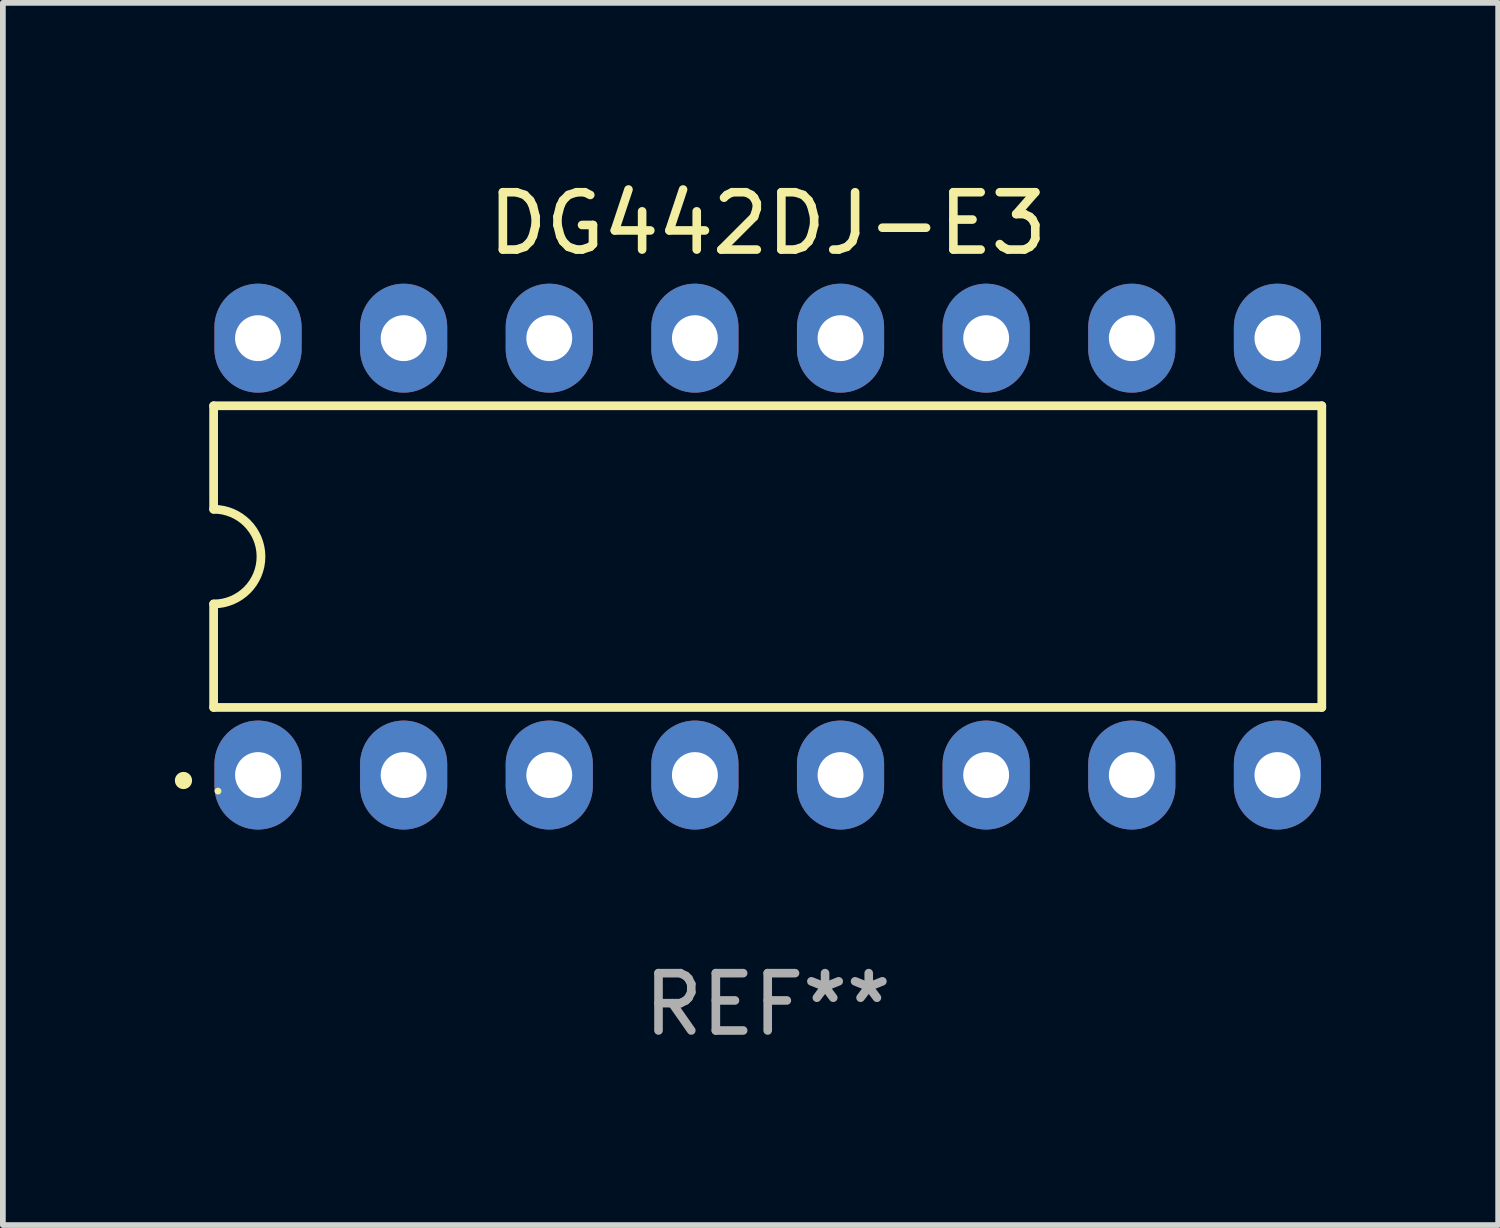
<source format=kicad_pcb>
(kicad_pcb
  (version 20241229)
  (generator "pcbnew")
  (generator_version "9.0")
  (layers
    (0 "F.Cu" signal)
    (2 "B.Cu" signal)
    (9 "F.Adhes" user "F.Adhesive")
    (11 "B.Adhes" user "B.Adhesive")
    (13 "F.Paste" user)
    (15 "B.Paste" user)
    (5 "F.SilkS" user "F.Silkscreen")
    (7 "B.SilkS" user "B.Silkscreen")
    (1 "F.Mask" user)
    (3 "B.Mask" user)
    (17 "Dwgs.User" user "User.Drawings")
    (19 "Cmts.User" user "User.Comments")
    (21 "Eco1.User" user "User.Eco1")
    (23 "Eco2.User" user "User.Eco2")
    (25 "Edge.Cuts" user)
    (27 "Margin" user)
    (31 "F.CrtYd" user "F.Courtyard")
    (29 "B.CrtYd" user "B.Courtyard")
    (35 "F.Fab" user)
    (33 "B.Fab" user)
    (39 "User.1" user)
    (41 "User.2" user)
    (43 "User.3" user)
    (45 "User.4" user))
  (footprint "DG442DJ-E3"
    (layer "F.Cu")
    (at 10.34 6.658)
    (property "Reference" "DG442DJ-E3" (at 0 -5.81 0) (layer "F.SilkS") (effects (font (size 1 1) (thickness 0.15))))
    (attr through_hole)
    (fp_line (start -9.664 -2.631) (end -9.664 -0.826) (stroke (width 0.152) (type solid)) (layer "F.SilkS"))
    (fp_line (start -9.664 0.826) (end -9.664 2.631) (stroke (width 0.152) (type solid)) (layer "F.SilkS"))
    (fp_line (start -9.664 2.631) (end 9.664 2.631) (stroke (width 0.152) (type solid)) (layer "F.SilkS"))
    (fp_line (start 9.664 -2.631) (end -9.664 -2.631) (stroke (width 0.152) (type solid)) (layer "F.SilkS"))
    (fp_line (start 9.664 2.631) (end 9.664 -2.631) (stroke (width 0.152) (type solid)) (layer "F.SilkS"))
    (fp_arc (start -9.663701 -0.825626) (mid -8.838075 0) (end -9.663701 0.825626) (stroke (width 0.1524) (type solid)) (layer "F.SilkS"))
    (fp_circle (center -10.19 3.905) (end -10.115 3.905) (stroke (width 0.15) (type solid)) (fill no) (layer "F.SilkS"))
    (fp_circle (center -9.588 4.09) (end -9.558 4.09) (stroke (width 0.06) (type solid)) (fill no) (layer "F.SilkS"))
    (fp_text user "REF**" (at 0 7.81 0) (layer "F.Fab") (effects (font (size 1 1) (thickness 0.15))))
    (pad "1" thru_hole oval (at -8.89 3.81) (size 1.52 1.9) (drill 0.8) (layers "*.Cu" "*.Mask"))
    (pad "2" thru_hole oval (at -6.35 3.81) (size 1.52 1.9) (drill 0.8) (layers "*.Cu" "*.Mask"))
    (pad "3" thru_hole oval (at -3.81 3.81) (size 1.52 1.9) (drill 0.8) (layers "*.Cu" "*.Mask"))
    (pad "4" thru_hole oval (at -1.27 3.81) (size 1.52 1.9) (drill 0.8) (layers "*.Cu" "*.Mask"))
    (pad "5" thru_hole oval (at 1.27 3.81) (size 1.52 1.9) (drill 0.8) (layers "*.Cu" "*.Mask"))
    (pad "6" thru_hole oval (at 3.81 3.81) (size 1.52 1.9) (drill 0.8) (layers "*.Cu" "*.Mask"))
    (pad "7" thru_hole oval (at 6.35 3.81) (size 1.52 1.9) (drill 0.8) (layers "*.Cu" "*.Mask"))
    (pad "8" thru_hole oval (at 8.89 3.81) (size 1.52 1.9) (drill 0.8) (layers "*.Cu" "*.Mask"))
    (pad "9" thru_hole oval (at 8.89 -3.81) (size 1.52 1.9) (drill 0.8) (layers "*.Cu" "*.Mask"))
    (pad "10" thru_hole oval (at 6.35 -3.81) (size 1.52 1.9) (drill 0.8) (layers "*.Cu" "*.Mask"))
    (pad "11" thru_hole oval (at 3.81 -3.81) (size 1.52 1.9) (drill 0.8) (layers "*.Cu" "*.Mask"))
    (pad "12" thru_hole oval (at 1.27 -3.81) (size 1.52 1.9) (drill 0.8) (layers "*.Cu" "*.Mask"))
    (pad "13" thru_hole oval (at -1.27 -3.81) (size 1.52 1.9) (drill 0.8) (layers "*.Cu" "*.Mask"))
    (pad "14" thru_hole oval (at -3.81 -3.81) (size 1.52 1.9) (drill 0.8) (layers "*.Cu" "*.Mask"))
    (pad "15" thru_hole oval (at -6.35 -3.81) (size 1.52 1.9) (drill 0.8) (layers "*.Cu" "*.Mask"))
    (pad "16" thru_hole oval (at -8.89 -3.81) (size 1.52 1.9) (drill 0.8) (layers "*.Cu" "*.Mask")))
  (gr_rect
    (start -3 -3)
    (end 23.08 18.317)
    (stroke (width 0.1) (type default))
    (fill no)
    (layer "Edge.Cuts")))
</source>
